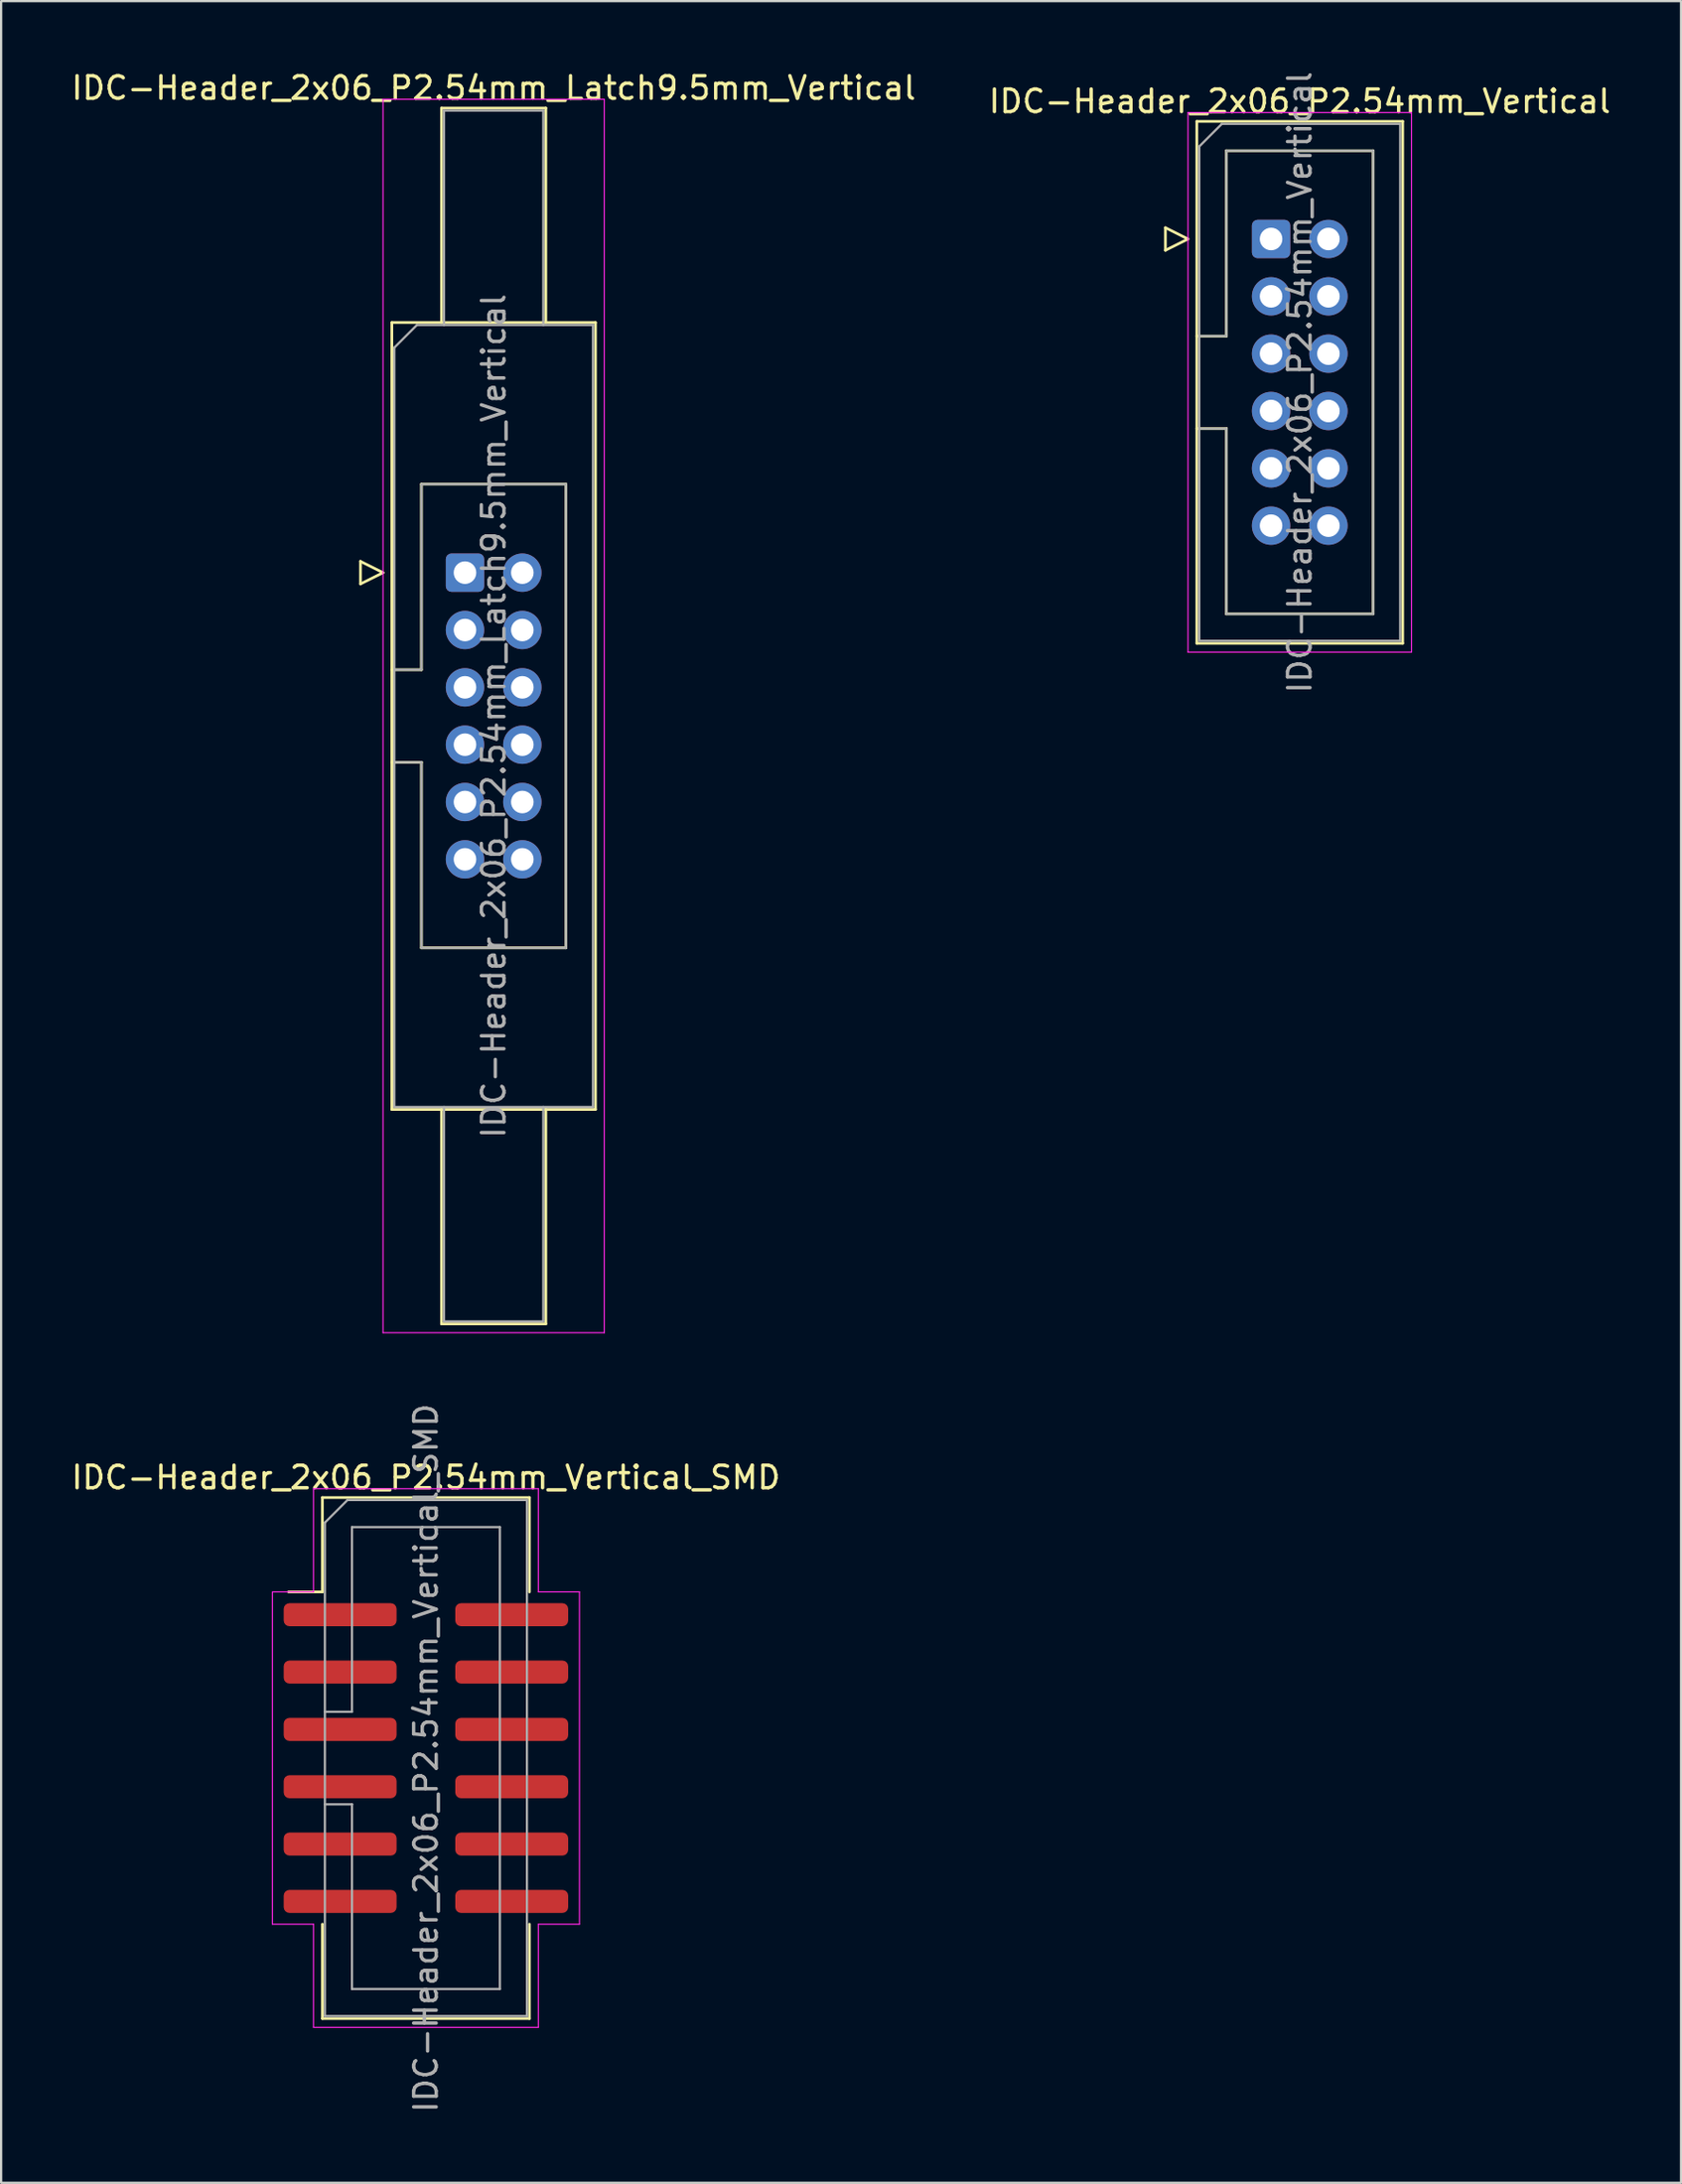
<source format=kicad_pcb>
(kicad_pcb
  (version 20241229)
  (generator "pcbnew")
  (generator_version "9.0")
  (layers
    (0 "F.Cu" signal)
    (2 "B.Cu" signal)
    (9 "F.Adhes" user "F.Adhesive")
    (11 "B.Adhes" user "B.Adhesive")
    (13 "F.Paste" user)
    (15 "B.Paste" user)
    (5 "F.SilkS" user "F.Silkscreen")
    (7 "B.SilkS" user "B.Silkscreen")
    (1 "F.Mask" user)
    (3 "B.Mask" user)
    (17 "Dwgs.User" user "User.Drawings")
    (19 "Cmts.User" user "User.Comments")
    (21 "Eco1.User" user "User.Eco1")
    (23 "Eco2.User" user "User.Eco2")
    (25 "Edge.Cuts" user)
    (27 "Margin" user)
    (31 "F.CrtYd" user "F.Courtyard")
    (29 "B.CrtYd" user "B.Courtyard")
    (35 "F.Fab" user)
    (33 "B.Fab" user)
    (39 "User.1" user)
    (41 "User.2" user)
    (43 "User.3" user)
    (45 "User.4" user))
  (footprint "IDC-Header_2x06_P2.54mm_Vertical"
    (layer "F.Cu")
    (at 53.248 7.537)
    (property "Reference" "IDC-Header_2x06_P2.54mm_Vertical" (at 1.27 -6.1 0) (layer "F.SilkS") (effects (font (size 1 1) (thickness 0.15))))
    (attr through_hole)
    (fp_line (start -4.68 -0.5) (end -4.68 0.5) (stroke (width 0.12) (type solid)) (layer "F.SilkS"))
    (fp_line (start -4.68 0.5) (end -3.68 0) (stroke (width 0.12) (type solid)) (layer "F.SilkS"))
    (fp_line (start -3.68 0) (end -4.68 -0.5) (stroke (width 0.12) (type solid)) (layer "F.SilkS"))
    (fp_line (start -3.29 -5.21) (end 5.83 -5.21) (stroke (width 0.12) (type solid)) (layer "F.SilkS"))
    (fp_line (start -3.29 4.3) (end -1.98 4.3) (stroke (width 0.12) (type solid)) (layer "F.SilkS"))
    (fp_line (start -3.29 17.91) (end -3.29 -5.21) (stroke (width 0.12) (type solid)) (layer "F.SilkS"))
    (fp_line (start -1.98 -3.91) (end 4.52 -3.91) (stroke (width 0.12) (type solid)) (layer "F.SilkS"))
    (fp_line (start -1.98 4.3) (end -1.98 -3.91) (stroke (width 0.12) (type solid)) (layer "F.SilkS"))
    (fp_line (start -1.98 8.4) (end -3.29 8.4) (stroke (width 0.12) (type solid)) (layer "F.SilkS"))
    (fp_line (start -1.98 8.4) (end -1.98 8.4) (stroke (width 0.12) (type solid)) (layer "F.SilkS"))
    (fp_line (start -1.98 16.61) (end -1.98 8.4) (stroke (width 0.12) (type solid)) (layer "F.SilkS"))
    (fp_line (start 4.52 -3.91) (end 4.52 16.61) (stroke (width 0.12) (type solid)) (layer "F.SilkS"))
    (fp_line (start 4.52 16.61) (end -1.98 16.61) (stroke (width 0.12) (type solid)) (layer "F.SilkS"))
    (fp_line (start 5.83 -5.21) (end 5.83 17.91) (stroke (width 0.12) (type solid)) (layer "F.SilkS"))
    (fp_line (start 5.83 17.91) (end -3.29 17.91) (stroke (width 0.12) (type solid)) (layer "F.SilkS"))
    (fp_line (start -3.68 -5.6) (end -3.68 18.3) (stroke (width 0.05) (type solid)) (layer "F.CrtYd"))
    (fp_line (start -3.68 18.3) (end 6.22 18.3) (stroke (width 0.05) (type solid)) (layer "F.CrtYd"))
    (fp_line (start 6.22 -5.6) (end -3.68 -5.6) (stroke (width 0.05) (type solid)) (layer "F.CrtYd"))
    (fp_line (start 6.22 18.3) (end 6.22 -5.6) (stroke (width 0.05) (type solid)) (layer "F.CrtYd"))
    (fp_line (start -3.18 -4.1) (end -2.18 -5.1) (stroke (width 0.1) (type solid)) (layer "F.Fab"))
    (fp_line (start -3.18 4.3) (end -1.98 4.3) (stroke (width 0.1) (type solid)) (layer "F.Fab"))
    (fp_line (start -3.18 17.8) (end -3.18 -4.1) (stroke (width 0.1) (type solid)) (layer "F.Fab"))
    (fp_line (start -2.18 -5.1) (end 5.72 -5.1) (stroke (width 0.1) (type solid)) (layer "F.Fab"))
    (fp_line (start -1.98 -3.91) (end 4.52 -3.91) (stroke (width 0.1) (type solid)) (layer "F.Fab"))
    (fp_line (start -1.98 4.3) (end -1.98 -3.91) (stroke (width 0.1) (type solid)) (layer "F.Fab"))
    (fp_line (start -1.98 8.4) (end -3.18 8.4) (stroke (width 0.1) (type solid)) (layer "F.Fab"))
    (fp_line (start -1.98 8.4) (end -1.98 8.4) (stroke (width 0.1) (type solid)) (layer "F.Fab"))
    (fp_line (start -1.98 16.61) (end -1.98 8.4) (stroke (width 0.1) (type solid)) (layer "F.Fab"))
    (fp_line (start 4.52 -3.91) (end 4.52 16.61) (stroke (width 0.1) (type solid)) (layer "F.Fab"))
    (fp_line (start 4.52 16.61) (end -1.98 16.61) (stroke (width 0.1) (type solid)) (layer "F.Fab"))
    (fp_line (start 5.72 -5.1) (end 5.72 17.8) (stroke (width 0.1) (type solid)) (layer "F.Fab"))
    (fp_line (start 5.72 17.8) (end -3.18 17.8) (stroke (width 0.1) (type solid)) (layer "F.Fab"))
    (fp_text user "${REFERENCE}" (at 1.27 6.35 90) (layer "F.Fab") (effects (font (size 1 1) (thickness 0.15))))
    (pad "1" thru_hole roundrect (at 0 0) (size 1.7 1.7) (drill 1) (layers "*.Cu" "*.Mask") (roundrect_rratio 0.147))
    (pad "2" thru_hole circle (at 2.54 0) (size 1.7 1.7) (drill 1) (layers "*.Cu" "*.Mask"))
    (pad "3" thru_hole circle (at 0 2.54) (size 1.7 1.7) (drill 1) (layers "*.Cu" "*.Mask"))
    (pad "4" thru_hole circle (at 2.54 2.54) (size 1.7 1.7) (drill 1) (layers "*.Cu" "*.Mask"))
    (pad "5" thru_hole circle (at 0 5.08) (size 1.7 1.7) (drill 1) (layers "*.Cu" "*.Mask"))
    (pad "6" thru_hole circle (at 2.54 5.08) (size 1.7 1.7) (drill 1) (layers "*.Cu" "*.Mask"))
    (pad "7" thru_hole circle (at 0 7.62) (size 1.7 1.7) (drill 1) (layers "*.Cu" "*.Mask"))
    (pad "8" thru_hole circle (at 2.54 7.62) (size 1.7 1.7) (drill 1) (layers "*.Cu" "*.Mask"))
    (pad "9" thru_hole circle (at 0 10.16) (size 1.7 1.7) (drill 1) (layers "*.Cu" "*.Mask"))
    (pad "10" thru_hole circle (at 2.54 10.16) (size 1.7 1.7) (drill 1) (layers "*.Cu" "*.Mask"))
    (pad "11" thru_hole circle (at 0 12.7) (size 1.7 1.7) (drill 1) (layers "*.Cu" "*.Mask"))
    (pad "12" thru_hole circle (at 2.54 12.7) (size 1.7 1.7) (drill 1) (layers "*.Cu" "*.Mask")))
  (footprint "IDC-Header_2x06_P2.54mm_Latch9.5mm_Vertical"
    (layer "F.Cu")
    (at 17.545 22.318)
    (property "Reference" "IDC-Header_2x06_P2.54mm_Latch9.5mm_Vertical" (at 1.27 -21.47 0) (layer "F.SilkS") (effects (font (size 1 1) (thickness 0.15))))
    (attr through_hole)
    (fp_line (start -4.63 -0.5) (end -4.63 0.5) (stroke (width 0.12) (type solid)) (layer "F.SilkS"))
    (fp_line (start -4.63 0.5) (end -3.63 0) (stroke (width 0.12) (type solid)) (layer "F.SilkS"))
    (fp_line (start -3.63 0) (end -4.63 -0.5) (stroke (width 0.12) (type solid)) (layer "F.SilkS"))
    (fp_line (start -3.24 -11.08) (end 5.78 -11.08) (stroke (width 0.12) (type solid)) (layer "F.SilkS"))
    (fp_line (start -3.24 4.3) (end -1.93 4.3) (stroke (width 0.12) (type solid)) (layer "F.SilkS"))
    (fp_line (start -3.24 23.78) (end -3.24 -11.08) (stroke (width 0.12) (type solid)) (layer "F.SilkS"))
    (fp_line (start -1.93 -3.92) (end 4.47 -3.92) (stroke (width 0.12) (type solid)) (layer "F.SilkS"))
    (fp_line (start -1.93 4.3) (end -1.93 -3.92) (stroke (width 0.12) (type solid)) (layer "F.SilkS"))
    (fp_line (start -1.93 8.4) (end -3.24 8.4) (stroke (width 0.12) (type solid)) (layer "F.SilkS"))
    (fp_line (start -1.93 8.4) (end -1.93 8.4) (stroke (width 0.12) (type solid)) (layer "F.SilkS"))
    (fp_line (start -1.93 16.62) (end -1.93 8.4) (stroke (width 0.12) (type solid)) (layer "F.SilkS"))
    (fp_line (start -1.04 -20.58) (end 3.58 -20.58) (stroke (width 0.12) (type solid)) (layer "F.SilkS"))
    (fp_line (start -1.04 -11.08) (end -1.04 -20.58) (stroke (width 0.12) (type solid)) (layer "F.SilkS"))
    (fp_line (start -1.04 23.78) (end -1.04 33.28) (stroke (width 0.12) (type solid)) (layer "F.SilkS"))
    (fp_line (start -1.04 33.28) (end 3.58 33.28) (stroke (width 0.12) (type solid)) (layer "F.SilkS"))
    (fp_line (start 3.58 -20.58) (end 3.58 -11.08) (stroke (width 0.12) (type solid)) (layer "F.SilkS"))
    (fp_line (start 3.58 33.28) (end 3.58 23.78) (stroke (width 0.12) (type solid)) (layer "F.SilkS"))
    (fp_line (start 4.47 -3.92) (end 4.47 16.62) (stroke (width 0.12) (type solid)) (layer "F.SilkS"))
    (fp_line (start 4.47 16.62) (end -1.93 16.62) (stroke (width 0.12) (type solid)) (layer "F.SilkS"))
    (fp_line (start 5.78 -11.08) (end 5.78 23.78) (stroke (width 0.12) (type solid)) (layer "F.SilkS"))
    (fp_line (start 5.78 23.78) (end -3.24 23.78) (stroke (width 0.12) (type solid)) (layer "F.SilkS"))
    (fp_line (start -3.63 -20.97) (end -3.63 33.67) (stroke (width 0.05) (type solid)) (layer "F.CrtYd"))
    (fp_line (start -3.63 33.67) (end 6.17 33.67) (stroke (width 0.05) (type solid)) (layer "F.CrtYd"))
    (fp_line (start 6.17 -20.97) (end -3.63 -20.97) (stroke (width 0.05) (type solid)) (layer "F.CrtYd"))
    (fp_line (start 6.17 33.67) (end 6.17 -20.97) (stroke (width 0.05) (type solid)) (layer "F.CrtYd"))
    (fp_line (start -3.13 -9.97) (end -2.13 -10.97) (stroke (width 0.1) (type solid)) (layer "F.Fab"))
    (fp_line (start -3.13 4.3) (end -1.93 4.3) (stroke (width 0.1) (type solid)) (layer "F.Fab"))
    (fp_line (start -3.13 23.67) (end -3.13 -9.97) (stroke (width 0.1) (type solid)) (layer "F.Fab"))
    (fp_line (start -2.13 -10.97) (end 5.67 -10.97) (stroke (width 0.1) (type solid)) (layer "F.Fab"))
    (fp_line (start -1.93 -3.92) (end 4.47 -3.92) (stroke (width 0.1) (type solid)) (layer "F.Fab"))
    (fp_line (start -1.93 4.3) (end -1.93 -3.92) (stroke (width 0.1) (type solid)) (layer "F.Fab"))
    (fp_line (start -1.93 8.4) (end -3.13 8.4) (stroke (width 0.1) (type solid)) (layer "F.Fab"))
    (fp_line (start -1.93 8.4) (end -1.93 8.4) (stroke (width 0.1) (type solid)) (layer "F.Fab"))
    (fp_line (start -1.93 16.62) (end -1.93 8.4) (stroke (width 0.1) (type solid)) (layer "F.Fab"))
    (fp_line (start -0.93 -20.47) (end 3.47 -20.47) (stroke (width 0.1) (type solid)) (layer "F.Fab"))
    (fp_line (start -0.93 -10.97) (end -0.93 -20.47) (stroke (width 0.1) (type solid)) (layer "F.Fab"))
    (fp_line (start -0.93 23.67) (end -0.93 33.17) (stroke (width 0.1) (type solid)) (layer "F.Fab"))
    (fp_line (start -0.93 33.17) (end 3.47 33.17) (stroke (width 0.1) (type solid)) (layer "F.Fab"))
    (fp_line (start 3.47 -20.47) (end 3.47 -10.97) (stroke (width 0.1) (type solid)) (layer "F.Fab"))
    (fp_line (start 3.47 33.17) (end 3.47 23.67) (stroke (width 0.1) (type solid)) (layer "F.Fab"))
    (fp_line (start 4.47 -3.92) (end 4.47 16.62) (stroke (width 0.1) (type solid)) (layer "F.Fab"))
    (fp_line (start 4.47 16.62) (end -1.93 16.62) (stroke (width 0.1) (type solid)) (layer "F.Fab"))
    (fp_line (start 5.67 -10.97) (end 5.67 23.67) (stroke (width 0.1) (type solid)) (layer "F.Fab"))
    (fp_line (start 5.67 23.67) (end -3.13 23.67) (stroke (width 0.1) (type solid)) (layer "F.Fab"))
    (fp_text user "${REFERENCE}" (at 1.27 6.35 90) (layer "F.Fab") (effects (font (size 1 1) (thickness 0.15))))
    (pad "1" thru_hole roundrect (at 0 0) (size 1.7 1.7) (drill 1) (layers "*.Cu" "*.Mask") (roundrect_rratio 0.147))
    (pad "2" thru_hole circle (at 2.54 0) (size 1.7 1.7) (drill 1) (layers "*.Cu" "*.Mask"))
    (pad "3" thru_hole circle (at 0 2.54) (size 1.7 1.7) (drill 1) (layers "*.Cu" "*.Mask"))
    (pad "4" thru_hole circle (at 2.54 2.54) (size 1.7 1.7) (drill 1) (layers "*.Cu" "*.Mask"))
    (pad "5" thru_hole circle (at 0 5.08) (size 1.7 1.7) (drill 1) (layers "*.Cu" "*.Mask"))
    (pad "6" thru_hole circle (at 2.54 5.08) (size 1.7 1.7) (drill 1) (layers "*.Cu" "*.Mask"))
    (pad "7" thru_hole circle (at 0 7.62) (size 1.7 1.7) (drill 1) (layers "*.Cu" "*.Mask"))
    (pad "8" thru_hole circle (at 2.54 7.62) (size 1.7 1.7) (drill 1) (layers "*.Cu" "*.Mask"))
    (pad "9" thru_hole circle (at 0 10.16) (size 1.7 1.7) (drill 1) (layers "*.Cu" "*.Mask"))
    (pad "10" thru_hole circle (at 2.54 10.16) (size 1.7 1.7) (drill 1) (layers "*.Cu" "*.Mask"))
    (pad "11" thru_hole circle (at 0 12.7) (size 1.7 1.7) (drill 1) (layers "*.Cu" "*.Mask"))
    (pad "12" thru_hole circle (at 2.54 12.7) (size 1.7 1.7) (drill 1) (layers "*.Cu" "*.Mask")))
  (footprint "IDC-Header_2x06_P2.54mm_Vertical_SMD"
    (layer "F.Cu")
    (at 15.815 74.829)
    (property "Reference" "IDC-Header_2x06_P2.54mm_Vertical_SMD" (at 0 -12.43 0) (layer "F.SilkS") (effects (font (size 1 1) (thickness 0.15))))
    (attr smd)
    (fp_line (start -4.585 -11.54) (end 4.585 -11.54) (stroke (width 0.12) (type solid)) (layer "F.SilkS"))
    (fp_line (start -4.585 -7.36) (end -6.085 -7.36) (stroke (width 0.12) (type solid)) (layer "F.SilkS"))
    (fp_line (start -4.585 -7.36) (end -4.585 -11.54) (stroke (width 0.12) (type solid)) (layer "F.SilkS"))
    (fp_line (start -4.585 7.36) (end -4.585 11.54) (stroke (width 0.12) (type solid)) (layer "F.SilkS"))
    (fp_line (start -4.585 11.54) (end 4.585 11.54) (stroke (width 0.12) (type solid)) (layer "F.SilkS"))
    (fp_line (start 4.585 -11.54) (end 4.585 -7.36) (stroke (width 0.12) (type solid)) (layer "F.SilkS"))
    (fp_line (start 4.585 11.54) (end 4.585 7.36) (stroke (width 0.12) (type solid)) (layer "F.SilkS"))
    (fp_line (start -6.8 -7.36) (end -6.8 7.36) (stroke (width 0.05) (type solid)) (layer "F.CrtYd"))
    (fp_line (start -6.8 7.36) (end -4.98 7.36) (stroke (width 0.05) (type solid)) (layer "F.CrtYd"))
    (fp_line (start -4.98 -11.93) (end -4.98 -7.36) (stroke (width 0.05) (type solid)) (layer "F.CrtYd"))
    (fp_line (start -4.98 -7.36) (end -6.8 -7.36) (stroke (width 0.05) (type solid)) (layer "F.CrtYd"))
    (fp_line (start -4.98 7.36) (end -4.98 11.93) (stroke (width 0.05) (type solid)) (layer "F.CrtYd"))
    (fp_line (start -4.98 11.93) (end 4.98 11.93) (stroke (width 0.05) (type solid)) (layer "F.CrtYd"))
    (fp_line (start 4.98 -11.93) (end -4.98 -11.93) (stroke (width 0.05) (type solid)) (layer "F.CrtYd"))
    (fp_line (start 4.98 -7.36) (end 4.98 -11.93) (stroke (width 0.05) (type solid)) (layer "F.CrtYd"))
    (fp_line (start 4.98 7.36) (end 6.8 7.36) (stroke (width 0.05) (type solid)) (layer "F.CrtYd"))
    (fp_line (start 4.98 11.93) (end 4.98 7.36) (stroke (width 0.05) (type solid)) (layer "F.CrtYd"))
    (fp_line (start 6.8 -7.36) (end 4.98 -7.36) (stroke (width 0.05) (type solid)) (layer "F.CrtYd"))
    (fp_line (start 6.8 7.36) (end 6.8 -7.36) (stroke (width 0.05) (type solid)) (layer "F.CrtYd"))
    (fp_line (start -4.475 -10.43) (end -3.475 -11.43) (stroke (width 0.1) (type solid)) (layer "F.Fab"))
    (fp_line (start -4.475 -2.05) (end -3.275 -2.05) (stroke (width 0.1) (type solid)) (layer "F.Fab"))
    (fp_line (start -4.475 11.43) (end -4.475 -10.43) (stroke (width 0.1) (type solid)) (layer "F.Fab"))
    (fp_line (start -3.475 -11.43) (end 4.475 -11.43) (stroke (width 0.1) (type solid)) (layer "F.Fab"))
    (fp_line (start -3.275 -10.23) (end 3.275 -10.23) (stroke (width 0.1) (type solid)) (layer "F.Fab"))
    (fp_line (start -3.275 -2.05) (end -3.275 -10.23) (stroke (width 0.1) (type solid)) (layer "F.Fab"))
    (fp_line (start -3.275 2.05) (end -4.475 2.05) (stroke (width 0.1) (type solid)) (layer "F.Fab"))
    (fp_line (start -3.275 2.05) (end -3.275 2.05) (stroke (width 0.1) (type solid)) (layer "F.Fab"))
    (fp_line (start -3.275 10.23) (end -3.275 2.05) (stroke (width 0.1) (type solid)) (layer "F.Fab"))
    (fp_line (start 3.275 -10.23) (end 3.275 10.23) (stroke (width 0.1) (type solid)) (layer "F.Fab"))
    (fp_line (start 3.275 10.23) (end -3.275 10.23) (stroke (width 0.1) (type solid)) (layer "F.Fab"))
    (fp_line (start 4.475 -11.43) (end 4.475 11.43) (stroke (width 0.1) (type solid)) (layer "F.Fab"))
    (fp_line (start 4.475 11.43) (end -4.475 11.43) (stroke (width 0.1) (type solid)) (layer "F.Fab"))
    (fp_text user "${REFERENCE}" (at 0 0 90) (layer "F.Fab") (effects (font (size 1 1) (thickness 0.15))))
    (pad "1" smd roundrect (at -3.8 -6.35) (size 5 1.02) (layers "F.Cu" "F.Mask" "F.Paste") (roundrect_rratio 0.25))
    (pad "2" smd roundrect (at 3.8 -6.35) (size 5 1.02) (layers "F.Cu" "F.Mask" "F.Paste") (roundrect_rratio 0.25))
    (pad "3" smd roundrect (at -3.8 -3.81) (size 5 1.02) (layers "F.Cu" "F.Mask" "F.Paste") (roundrect_rratio 0.25))
    (pad "4" smd roundrect (at 3.8 -3.81) (size 5 1.02) (layers "F.Cu" "F.Mask" "F.Paste") (roundrect_rratio 0.25))
    (pad "5" smd roundrect (at -3.8 -1.27) (size 5 1.02) (layers "F.Cu" "F.Mask" "F.Paste") (roundrect_rratio 0.25))
    (pad "6" smd roundrect (at 3.8 -1.27) (size 5 1.02) (layers "F.Cu" "F.Mask" "F.Paste") (roundrect_rratio 0.25))
    (pad "7" smd roundrect (at -3.8 1.27) (size 5 1.02) (layers "F.Cu" "F.Mask" "F.Paste") (roundrect_rratio 0.25))
    (pad "8" smd roundrect (at 3.8 1.27) (size 5 1.02) (layers "F.Cu" "F.Mask" "F.Paste") (roundrect_rratio 0.25))
    (pad "9" smd roundrect (at -3.8 3.81) (size 5 1.02) (layers "F.Cu" "F.Mask" "F.Paste") (roundrect_rratio 0.25))
    (pad "10" smd roundrect (at 3.8 3.81) (size 5 1.02) (layers "F.Cu" "F.Mask" "F.Paste") (roundrect_rratio 0.25))
    (pad "11" smd roundrect (at -3.8 6.35) (size 5 1.02) (layers "F.Cu" "F.Mask" "F.Paste") (roundrect_rratio 0.25))
    (pad "12" smd roundrect (at 3.8 6.35) (size 5 1.02) (layers "F.Cu" "F.Mask" "F.Paste") (roundrect_rratio 0.25)))
  (gr_rect
    (start -3 -3)
    (end 71.405 93.644)
    (stroke (width 0.1) (type default))
    (fill no)
    (layer "Edge.Cuts")))
</source>
